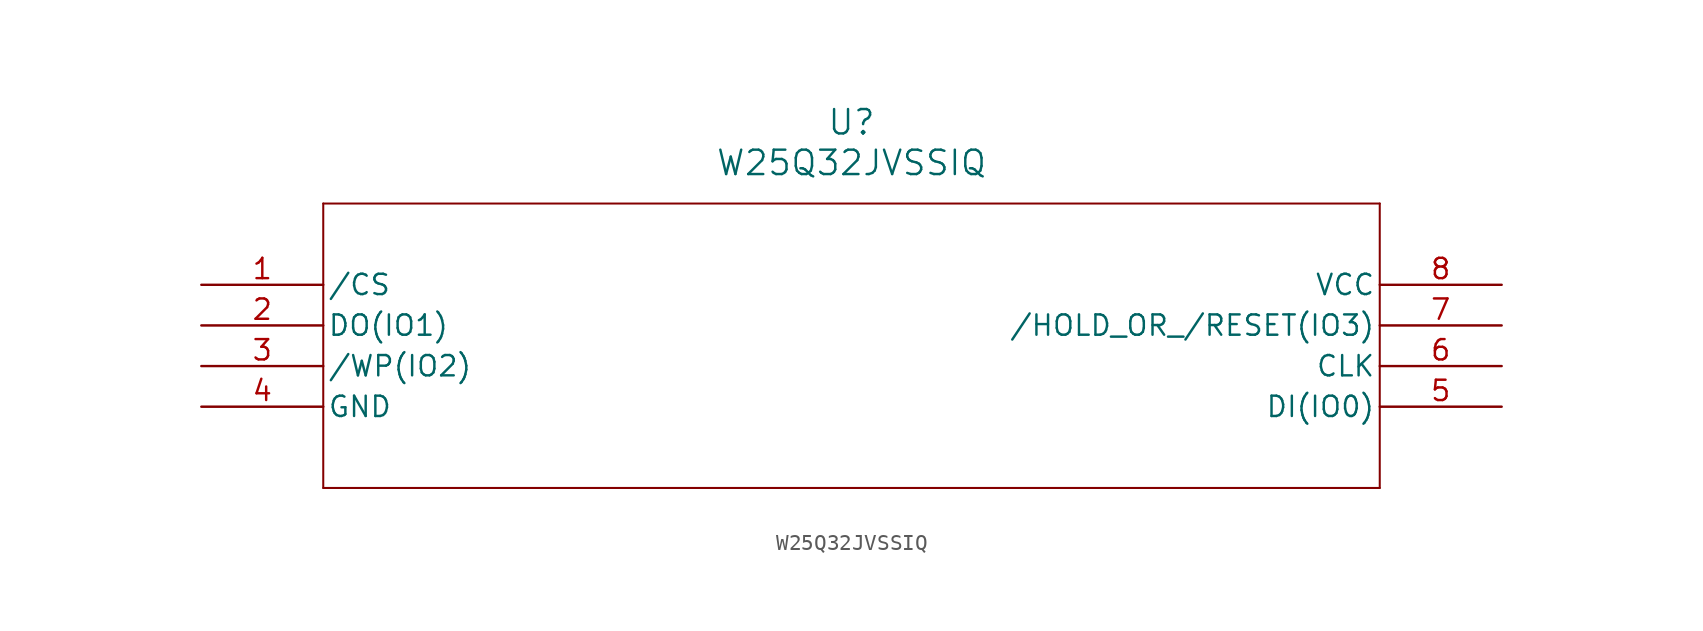
<source format=kicad_sym>
(kicad_symbol_lib
  (version 20211014)
  (generator kicad_symbol_editor)
  (symbol "W25Q32JVSSIQ"
    (pin_names
      (offset 0.254))
    (property "Reference" "U"
      (at 40.64 10.16 0)
      (effects (font (size 1.524 1.524))))
    (property "Value" "W25Q32JVSSIQ"
      (at 40.64 7.62 0)
      (effects (font (size 1.524 1.524))))
    (symbol "W25Q32JVSSIQ_0_1"
      (polyline (pts (xy 7.62 5.08) (xy 7.62 -12.7)) (stroke (width 0.127) (type default) (color 0 0 0 0)) (fill (type none)))
      (polyline (pts (xy 7.62 -12.7) (xy 73.66 -12.7)) (stroke (width 0.127) (type default) (color 0 0 0 0)) (fill (type none)))
      (polyline (pts (xy 73.66 -12.7) (xy 73.66 5.08)) (stroke (width 0.127) (type default) (color 0 0 0 0)) (fill (type none)))
      (polyline (pts (xy 73.66 5.08) (xy 7.62 5.08)) (stroke (width 0.127) (type default) (color 0 0 0 0)) (fill (type none)))
      (pin unspecified line (at 0 0 0) (length 7.62) (name "/CS" (effects (font (size 1.27 1.27)))) (number "1" (effects (font (size 1.27 1.27)))))
      (pin unspecified line (at 0 -2.54 0) (length 7.62) (name "DO(IO1)" (effects (font (size 1.27 1.27)))) (number "2" (effects (font (size 1.27 1.27)))))
      (pin unspecified line (at 0 -5.08 0) (length 7.62) (name "/WP(IO2)" (effects (font (size 1.27 1.27)))) (number "3" (effects (font (size 1.27 1.27)))))
      (pin power_out line (at 0 -7.62 0) (length 7.62) (name "GND" (effects (font (size 1.27 1.27)))) (number "4" (effects (font (size 1.27 1.27)))))
      (pin unspecified line (at 81.28 -7.62 180) (length 7.62) (name "DI(IO0)" (effects (font (size 1.27 1.27)))) (number "5" (effects (font (size 1.27 1.27)))))
      (pin unspecified line (at 81.28 -5.08 180) (length 7.62) (name "CLK" (effects (font (size 1.27 1.27)))) (number "6" (effects (font (size 1.27 1.27)))))
      (pin unspecified line (at 81.28 -2.54 180) (length 7.62) (name "/HOLD OR /RESET(IO3)" (effects (font (size 1.27 1.27)))) (number "7" (effects (font (size 1.27 1.27)))))
      (pin power_in line (at 81.28 0 180) (length 7.62) (name "VCC" (effects (font (size 1.27 1.27)))) (number "8" (effects (font (size 1.27 1.27))))))))
</source>
